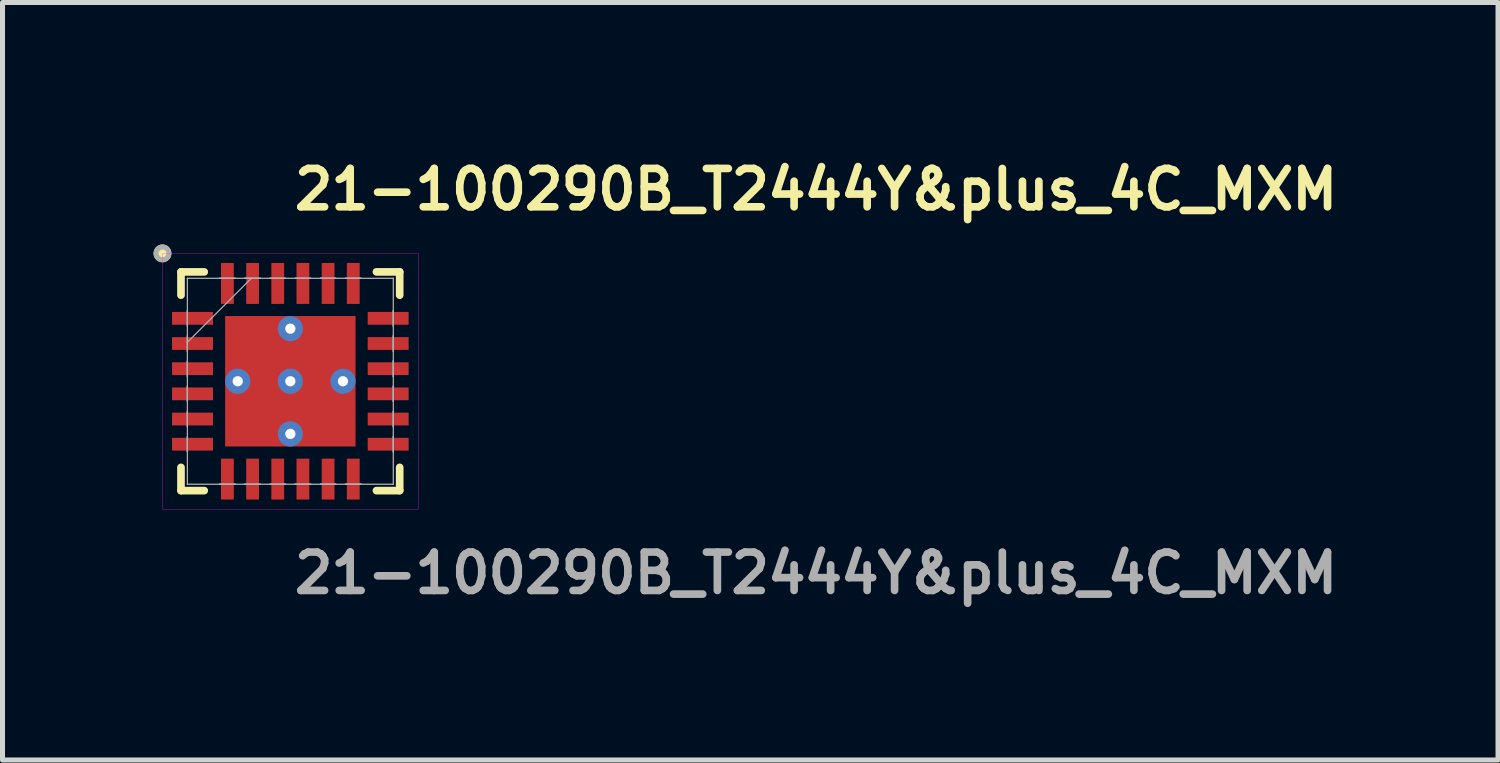
<source format=kicad_pcb>
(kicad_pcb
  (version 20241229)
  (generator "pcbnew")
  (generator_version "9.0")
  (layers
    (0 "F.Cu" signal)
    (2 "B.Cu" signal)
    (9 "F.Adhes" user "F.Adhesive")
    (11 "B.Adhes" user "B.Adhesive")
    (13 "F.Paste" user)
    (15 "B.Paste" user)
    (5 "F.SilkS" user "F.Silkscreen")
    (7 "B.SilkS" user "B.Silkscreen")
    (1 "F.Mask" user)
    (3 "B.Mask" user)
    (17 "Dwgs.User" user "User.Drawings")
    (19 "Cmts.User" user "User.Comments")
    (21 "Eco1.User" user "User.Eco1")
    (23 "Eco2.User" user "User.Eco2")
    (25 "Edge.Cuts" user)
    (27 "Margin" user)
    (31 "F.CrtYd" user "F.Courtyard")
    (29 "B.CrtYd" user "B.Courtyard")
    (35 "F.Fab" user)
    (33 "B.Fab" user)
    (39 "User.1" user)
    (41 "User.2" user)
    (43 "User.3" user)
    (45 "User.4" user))
  (footprint "21-100290B_T2444Y&plus_4C_MXM"
    (layer "F.Cu")
    (at 2.717 4.523)
    (property "Reference" "21-100290B_T2444Y&plus_4C_MXM" (at 0 -3.81 0) (unlocked yes) (layer "F.SilkS") (effects (font (size 0.762 0.762) (thickness 0.152) (bold yes)) (justify left)))
    (attr smd)
    (fp_line (start -2.172 -2.172) (end -2.172 -1.71) (stroke (width 0.152) (type solid)) (layer "F.SilkS"))
    (fp_line (start -2.172 1.71) (end -2.172 2.172) (stroke (width 0.152) (type solid)) (layer "F.SilkS"))
    (fp_line (start -2.172 2.172) (end -1.71 2.172) (stroke (width 0.152) (type solid)) (layer "F.SilkS"))
    (fp_line (start -1.71 -2.172) (end -2.172 -2.172) (stroke (width 0.152) (type solid)) (layer "F.SilkS"))
    (fp_line (start 1.71 2.172) (end 2.172 2.172) (stroke (width 0.152) (type solid)) (layer "F.SilkS"))
    (fp_line (start 2.172 -2.172) (end 1.71 -2.172) (stroke (width 0.152) (type solid)) (layer "F.SilkS"))
    (fp_line (start 2.172 -1.71) (end 2.172 -2.172) (stroke (width 0.152) (type solid)) (layer "F.SilkS"))
    (fp_line (start 2.172 2.172) (end 2.172 1.71) (stroke (width 0.152) (type solid)) (layer "F.SilkS"))
    (fp_circle (center -2.54 -2.54) (end -2.413 -2.54) (stroke (width 0.1) (type solid)) (fill yes) (layer "F.SilkS"))
    (fp_poly (pts (xy -1.195 -1.195) (xy -1.195 -0.1) (xy -0.1 -0.1) (xy -0.1 -1.195)) (stroke (width 0) (type solid)) (fill yes) (layer "F.Paste"))
    (fp_poly (pts (xy -1.195 0.1) (xy -1.195 1.195) (xy -0.1 1.195) (xy -0.1 0.1)) (stroke (width 0) (type solid)) (fill yes) (layer "F.Paste"))
    (fp_poly (pts (xy 0.1 -1.195) (xy 0.1 -0.1) (xy 1.195 -0.1) (xy 1.195 -1.195)) (stroke (width 0) (type solid)) (fill yes) (layer "F.Paste"))
    (fp_poly (pts (xy 0.1 0.1) (xy 0.1 1.195) (xy 1.195 1.195) (xy 1.195 0.1)) (stroke (width 0) (type solid)) (fill yes) (layer "F.Paste"))
    (fp_rect (start -2.54 -2.54) (end 2.54 2.54) (stroke (width 0.006) (type default)) (fill no) (layer "F.CrtYd"))
    (fp_line (start -2.045 -2.045) (end -2.045 -2.045) (stroke (width 0.025) (type solid)) (layer "F.Fab"))
    (fp_line (start -2.045 -2.045) (end -2.045 2.045) (stroke (width 0.025) (type solid)) (layer "F.Fab"))
    (fp_line (start -2.045 -1.402) (end -2.045 -1.402) (stroke (width 0.025) (type solid)) (layer "F.Fab"))
    (fp_line (start -2.045 -1.402) (end -2.045 -1.098) (stroke (width 0.025) (type solid)) (layer "F.Fab"))
    (fp_line (start -2.045 -1.098) (end -2.045 -1.402) (stroke (width 0.025) (type solid)) (layer "F.Fab"))
    (fp_line (start -2.045 -1.098) (end -2.045 -1.098) (stroke (width 0.025) (type solid)) (layer "F.Fab"))
    (fp_line (start -2.045 -0.902) (end -2.045 -0.902) (stroke (width 0.025) (type solid)) (layer "F.Fab"))
    (fp_line (start -2.045 -0.902) (end -2.045 -0.598) (stroke (width 0.025) (type solid)) (layer "F.Fab"))
    (fp_line (start -2.045 -0.775) (end -0.775 -2.045) (stroke (width 0.025) (type solid)) (layer "F.Fab"))
    (fp_line (start -2.045 -0.598) (end -2.045 -0.902) (stroke (width 0.025) (type solid)) (layer "F.Fab"))
    (fp_line (start -2.045 -0.598) (end -2.045 -0.598) (stroke (width 0.025) (type solid)) (layer "F.Fab"))
    (fp_line (start -2.045 -0.402) (end -2.045 -0.402) (stroke (width 0.025) (type solid)) (layer "F.Fab"))
    (fp_line (start -2.045 -0.402) (end -2.045 -0.098) (stroke (width 0.025) (type solid)) (layer "F.Fab"))
    (fp_line (start -2.045 -0.098) (end -2.045 -0.402) (stroke (width 0.025) (type solid)) (layer "F.Fab"))
    (fp_line (start -2.045 -0.098) (end -2.045 -0.098) (stroke (width 0.025) (type solid)) (layer "F.Fab"))
    (fp_line (start -2.045 0.098) (end -2.045 0.098) (stroke (width 0.025) (type solid)) (layer "F.Fab"))
    (fp_line (start -2.045 0.098) (end -2.045 0.402) (stroke (width 0.025) (type solid)) (layer "F.Fab"))
    (fp_line (start -2.045 0.402) (end -2.045 0.098) (stroke (width 0.025) (type solid)) (layer "F.Fab"))
    (fp_line (start -2.045 0.402) (end -2.045 0.402) (stroke (width 0.025) (type solid)) (layer "F.Fab"))
    (fp_line (start -2.045 0.598) (end -2.045 0.598) (stroke (width 0.025) (type solid)) (layer "F.Fab"))
    (fp_line (start -2.045 0.598) (end -2.045 0.902) (stroke (width 0.025) (type solid)) (layer "F.Fab"))
    (fp_line (start -2.045 0.902) (end -2.045 0.598) (stroke (width 0.025) (type solid)) (layer "F.Fab"))
    (fp_line (start -2.045 0.902) (end -2.045 0.902) (stroke (width 0.025) (type solid)) (layer "F.Fab"))
    (fp_line (start -2.045 1.098) (end -2.045 1.098) (stroke (width 0.025) (type solid)) (layer "F.Fab"))
    (fp_line (start -2.045 1.098) (end -2.045 1.402) (stroke (width 0.025) (type solid)) (layer "F.Fab"))
    (fp_line (start -2.045 1.402) (end -2.045 1.098) (stroke (width 0.025) (type solid)) (layer "F.Fab"))
    (fp_line (start -2.045 1.402) (end -2.045 1.402) (stroke (width 0.025) (type solid)) (layer "F.Fab"))
    (fp_line (start -2.045 2.045) (end -2.045 2.045) (stroke (width 0.025) (type solid)) (layer "F.Fab"))
    (fp_line (start -2.045 2.045) (end 2.045 2.045) (stroke (width 0.025) (type solid)) (layer "F.Fab"))
    (fp_line (start -1.402 -2.045) (end -1.402 -2.045) (stroke (width 0.025) (type solid)) (layer "F.Fab"))
    (fp_line (start -1.402 -2.045) (end -1.098 -2.045) (stroke (width 0.025) (type solid)) (layer "F.Fab"))
    (fp_line (start -1.402 2.045) (end -1.402 2.045) (stroke (width 0.025) (type solid)) (layer "F.Fab"))
    (fp_line (start -1.402 2.045) (end -1.098 2.045) (stroke (width 0.025) (type solid)) (layer "F.Fab"))
    (fp_line (start -1.098 -2.045) (end -1.402 -2.045) (stroke (width 0.025) (type solid)) (layer "F.Fab"))
    (fp_line (start -1.098 -2.045) (end -1.098 -2.045) (stroke (width 0.025) (type solid)) (layer "F.Fab"))
    (fp_line (start -1.098 2.045) (end -1.402 2.045) (stroke (width 0.025) (type solid)) (layer "F.Fab"))
    (fp_line (start -1.098 2.045) (end -1.098 2.045) (stroke (width 0.025) (type solid)) (layer "F.Fab"))
    (fp_line (start -0.902 -2.045) (end -0.902 -2.045) (stroke (width 0.025) (type solid)) (layer "F.Fab"))
    (fp_line (start -0.902 -2.045) (end -0.598 -2.045) (stroke (width 0.025) (type solid)) (layer "F.Fab"))
    (fp_line (start -0.902 2.045) (end -0.902 2.045) (stroke (width 0.025) (type solid)) (layer "F.Fab"))
    (fp_line (start -0.902 2.045) (end -0.598 2.045) (stroke (width 0.025) (type solid)) (layer "F.Fab"))
    (fp_line (start -0.598 -2.045) (end -0.902 -2.045) (stroke (width 0.025) (type solid)) (layer "F.Fab"))
    (fp_line (start -0.598 -2.045) (end -0.598 -2.045) (stroke (width 0.025) (type solid)) (layer "F.Fab"))
    (fp_line (start -0.598 2.045) (end -0.902 2.045) (stroke (width 0.025) (type solid)) (layer "F.Fab"))
    (fp_line (start -0.598 2.045) (end -0.598 2.045) (stroke (width 0.025) (type solid)) (layer "F.Fab"))
    (fp_line (start -0.402 -2.045) (end -0.402 -2.045) (stroke (width 0.025) (type solid)) (layer "F.Fab"))
    (fp_line (start -0.402 -2.045) (end -0.098 -2.045) (stroke (width 0.025) (type solid)) (layer "F.Fab"))
    (fp_line (start -0.402 2.045) (end -0.402 2.045) (stroke (width 0.025) (type solid)) (layer "F.Fab"))
    (fp_line (start -0.402 2.045) (end -0.098 2.045) (stroke (width 0.025) (type solid)) (layer "F.Fab"))
    (fp_line (start -0.098 -2.045) (end -0.402 -2.045) (stroke (width 0.025) (type solid)) (layer "F.Fab"))
    (fp_line (start -0.098 -2.045) (end -0.098 -2.045) (stroke (width 0.025) (type solid)) (layer "F.Fab"))
    (fp_line (start -0.098 2.045) (end -0.402 2.045) (stroke (width 0.025) (type solid)) (layer "F.Fab"))
    (fp_line (start -0.098 2.045) (end -0.098 2.045) (stroke (width 0.025) (type solid)) (layer "F.Fab"))
    (fp_line (start 0.098 -2.045) (end 0.098 -2.045) (stroke (width 0.025) (type solid)) (layer "F.Fab"))
    (fp_line (start 0.098 -2.045) (end 0.402 -2.045) (stroke (width 0.025) (type solid)) (layer "F.Fab"))
    (fp_line (start 0.098 2.045) (end 0.098 2.045) (stroke (width 0.025) (type solid)) (layer "F.Fab"))
    (fp_line (start 0.098 2.045) (end 0.402 2.045) (stroke (width 0.025) (type solid)) (layer "F.Fab"))
    (fp_line (start 0.402 -2.045) (end 0.098 -2.045) (stroke (width 0.025) (type solid)) (layer "F.Fab"))
    (fp_line (start 0.402 -2.045) (end 0.402 -2.045) (stroke (width 0.025) (type solid)) (layer "F.Fab"))
    (fp_line (start 0.402 2.045) (end 0.098 2.045) (stroke (width 0.025) (type solid)) (layer "F.Fab"))
    (fp_line (start 0.402 2.045) (end 0.402 2.045) (stroke (width 0.025) (type solid)) (layer "F.Fab"))
    (fp_line (start 0.598 -2.045) (end 0.598 -2.045) (stroke (width 0.025) (type solid)) (layer "F.Fab"))
    (fp_line (start 0.598 -2.045) (end 0.902 -2.045) (stroke (width 0.025) (type solid)) (layer "F.Fab"))
    (fp_line (start 0.598 2.045) (end 0.598 2.045) (stroke (width 0.025) (type solid)) (layer "F.Fab"))
    (fp_line (start 0.598 2.045) (end 0.902 2.045) (stroke (width 0.025) (type solid)) (layer "F.Fab"))
    (fp_line (start 0.902 -2.045) (end 0.598 -2.045) (stroke (width 0.025) (type solid)) (layer "F.Fab"))
    (fp_line (start 0.902 -2.045) (end 0.902 -2.045) (stroke (width 0.025) (type solid)) (layer "F.Fab"))
    (fp_line (start 0.902 2.045) (end 0.598 2.045) (stroke (width 0.025) (type solid)) (layer "F.Fab"))
    (fp_line (start 0.902 2.045) (end 0.902 2.045) (stroke (width 0.025) (type solid)) (layer "F.Fab"))
    (fp_line (start 1.098 -2.045) (end 1.098 -2.045) (stroke (width 0.025) (type solid)) (layer "F.Fab"))
    (fp_line (start 1.098 -2.045) (end 1.402 -2.045) (stroke (width 0.025) (type solid)) (layer "F.Fab"))
    (fp_line (start 1.098 2.045) (end 1.098 2.045) (stroke (width 0.025) (type solid)) (layer "F.Fab"))
    (fp_line (start 1.098 2.045) (end 1.402 2.045) (stroke (width 0.025) (type solid)) (layer "F.Fab"))
    (fp_line (start 1.402 -2.045) (end 1.098 -2.045) (stroke (width 0.025) (type solid)) (layer "F.Fab"))
    (fp_line (start 1.402 -2.045) (end 1.402 -2.045) (stroke (width 0.025) (type solid)) (layer "F.Fab"))
    (fp_line (start 1.402 2.045) (end 1.098 2.045) (stroke (width 0.025) (type solid)) (layer "F.Fab"))
    (fp_line (start 1.402 2.045) (end 1.402 2.045) (stroke (width 0.025) (type solid)) (layer "F.Fab"))
    (fp_line (start 2.045 -2.045) (end -2.045 -2.045) (stroke (width 0.025) (type solid)) (layer "F.Fab"))
    (fp_line (start 2.045 -2.045) (end 2.045 -2.045) (stroke (width 0.025) (type solid)) (layer "F.Fab"))
    (fp_line (start 2.045 -1.402) (end 2.045 -1.402) (stroke (width 0.025) (type solid)) (layer "F.Fab"))
    (fp_line (start 2.045 -1.402) (end 2.045 -1.098) (stroke (width 0.025) (type solid)) (layer "F.Fab"))
    (fp_line (start 2.045 -1.098) (end 2.045 -1.402) (stroke (width 0.025) (type solid)) (layer "F.Fab"))
    (fp_line (start 2.045 -1.098) (end 2.045 -1.098) (stroke (width 0.025) (type solid)) (layer "F.Fab"))
    (fp_line (start 2.045 -0.902) (end 2.045 -0.902) (stroke (width 0.025) (type solid)) (layer "F.Fab"))
    (fp_line (start 2.045 -0.902) (end 2.045 -0.598) (stroke (width 0.025) (type solid)) (layer "F.Fab"))
    (fp_line (start 2.045 -0.598) (end 2.045 -0.902) (stroke (width 0.025) (type solid)) (layer "F.Fab"))
    (fp_line (start 2.045 -0.598) (end 2.045 -0.598) (stroke (width 0.025) (type solid)) (layer "F.Fab"))
    (fp_line (start 2.045 -0.402) (end 2.045 -0.402) (stroke (width 0.025) (type solid)) (layer "F.Fab"))
    (fp_line (start 2.045 -0.402) (end 2.045 -0.098) (stroke (width 0.025) (type solid)) (layer "F.Fab"))
    (fp_line (start 2.045 -0.098) (end 2.045 -0.402) (stroke (width 0.025) (type solid)) (layer "F.Fab"))
    (fp_line (start 2.045 -0.098) (end 2.045 -0.098) (stroke (width 0.025) (type solid)) (layer "F.Fab"))
    (fp_line (start 2.045 0.098) (end 2.045 0.098) (stroke (width 0.025) (type solid)) (layer "F.Fab"))
    (fp_line (start 2.045 0.098) (end 2.045 0.402) (stroke (width 0.025) (type solid)) (layer "F.Fab"))
    (fp_line (start 2.045 0.402) (end 2.045 0.098) (stroke (width 0.025) (type solid)) (layer "F.Fab"))
    (fp_line (start 2.045 0.402) (end 2.045 0.402) (stroke (width 0.025) (type solid)) (layer "F.Fab"))
    (fp_line (start 2.045 0.598) (end 2.045 0.598) (stroke (width 0.025) (type solid)) (layer "F.Fab"))
    (fp_line (start 2.045 0.598) (end 2.045 0.902) (stroke (width 0.025) (type solid)) (layer "F.Fab"))
    (fp_line (start 2.045 0.902) (end 2.045 0.598) (stroke (width 0.025) (type solid)) (layer "F.Fab"))
    (fp_line (start 2.045 0.902) (end 2.045 0.902) (stroke (width 0.025) (type solid)) (layer "F.Fab"))
    (fp_line (start 2.045 1.098) (end 2.045 1.098) (stroke (width 0.025) (type solid)) (layer "F.Fab"))
    (fp_line (start 2.045 1.098) (end 2.045 1.402) (stroke (width 0.025) (type solid)) (layer "F.Fab"))
    (fp_line (start 2.045 1.402) (end 2.045 1.098) (stroke (width 0.025) (type solid)) (layer "F.Fab"))
    (fp_line (start 2.045 1.402) (end 2.045 1.402) (stroke (width 0.025) (type solid)) (layer "F.Fab"))
    (fp_line (start 2.045 2.045) (end 2.045 -2.045) (stroke (width 0.025) (type solid)) (layer "F.Fab"))
    (fp_line (start 2.045 2.045) (end 2.045 2.045) (stroke (width 0.025) (type solid)) (layer "F.Fab"))
    (fp_circle (center -2.54 -2.54) (end -2.413 -2.54) (stroke (width 0.1) (type solid)) (fill no) (layer "F.Fab"))
    (fp_text user "${REFERENCE}" (at 0 3.81 0) (unlocked yes) (layer "F.Fab") (effects (font (size 0.762 0.762) (thickness 0.152) (bold yes)) (justify left)))
    (pad "1" smd rect (at -1.943 -1.25 90) (size 0.254 0.813) (layers "F.Cu" "F.Mask" "F.Paste"))
    (pad "2" smd rect (at -1.943 -0.75 90) (size 0.254 0.813) (layers "F.Cu" "F.Mask" "F.Paste"))
    (pad "3" smd rect (at -1.943 -0.25 90) (size 0.254 0.813) (layers "F.Cu" "F.Mask" "F.Paste"))
    (pad "4" smd rect (at -1.943 0.25 90) (size 0.254 0.813) (layers "F.Cu" "F.Mask" "F.Paste"))
    (pad "5" smd rect (at -1.943 0.75 90) (size 0.254 0.813) (layers "F.Cu" "F.Mask" "F.Paste"))
    (pad "6" smd rect (at -1.943 1.25 90) (size 0.254 0.813) (layers "F.Cu" "F.Mask" "F.Paste"))
    (pad "7" smd rect (at -1.25 1.943) (size 0.254 0.813) (layers "F.Cu" "F.Mask" "F.Paste"))
    (pad "8" smd rect (at -0.75 1.943) (size 0.254 0.813) (layers "F.Cu" "F.Mask" "F.Paste"))
    (pad "9" smd rect (at -0.25 1.943) (size 0.254 0.813) (layers "F.Cu" "F.Mask" "F.Paste"))
    (pad "10" smd rect (at 0.25 1.943) (size 0.254 0.813) (layers "F.Cu" "F.Mask" "F.Paste"))
    (pad "11" smd rect (at 0.75 1.943) (size 0.254 0.813) (layers "F.Cu" "F.Mask" "F.Paste"))
    (pad "12" smd rect (at 1.25 1.943) (size 0.254 0.813) (layers "F.Cu" "F.Mask" "F.Paste"))
    (pad "13" smd rect (at 1.943 1.25 90) (size 0.254 0.813) (layers "F.Cu" "F.Mask" "F.Paste"))
    (pad "14" smd rect (at 1.943 0.75 90) (size 0.254 0.813) (layers "F.Cu" "F.Mask" "F.Paste"))
    (pad "15" smd rect (at 1.943 0.25 90) (size 0.254 0.813) (layers "F.Cu" "F.Mask" "F.Paste"))
    (pad "16" smd rect (at 1.943 -0.25 90) (size 0.254 0.813) (layers "F.Cu" "F.Mask" "F.Paste"))
    (pad "17" smd rect (at 1.943 -0.75 90) (size 0.254 0.813) (layers "F.Cu" "F.Mask" "F.Paste"))
    (pad "18" smd rect (at 1.943 -1.25 90) (size 0.254 0.813) (layers "F.Cu" "F.Mask" "F.Paste"))
    (pad "19" smd rect (at 1.25 -1.943) (size 0.254 0.813) (layers "F.Cu" "F.Mask" "F.Paste"))
    (pad "20" smd rect (at 0.75 -1.943) (size 0.254 0.813) (layers "F.Cu" "F.Mask" "F.Paste"))
    (pad "21" smd rect (at 0.25 -1.943) (size 0.254 0.813) (layers "F.Cu" "F.Mask" "F.Paste"))
    (pad "22" smd rect (at -0.25 -1.943) (size 0.254 0.813) (layers "F.Cu" "F.Mask" "F.Paste"))
    (pad "23" smd rect (at -0.75 -1.943) (size 0.254 0.813) (layers "F.Cu" "F.Mask" "F.Paste"))
    (pad "24" smd rect (at -1.25 -1.943) (size 0.254 0.813) (layers "F.Cu" "F.Mask" "F.Paste"))
    (pad "25" thru_hole circle (at -1.045 0) (size 0.5 0.5) (drill 0.203) (layers "*.Cu" "*.Mask"))
    (pad "25" thru_hole circle (at 0 -1.045) (size 0.5 0.5) (drill 0.203) (layers "*.Cu" "*.Mask"))
    (pad "25" thru_hole circle (at 0 0) (size 0.5 0.5) (drill 0.203) (layers "*.Cu" "*.Mask"))
    (pad "25" smd rect (at 0 0) (size 2.591 2.591) (layers "F.Cu" "F.Mask" "F.Paste"))
    (pad "25" thru_hole circle (at 0 1.045) (size 0.5 0.5) (drill 0.203) (layers "*.Cu" "*.Mask"))
    (pad "25" thru_hole circle (at 1.045 0) (size 0.5 0.5) (drill 0.203) (layers "*.Cu" "*.Mask")))
  (gr_rect
    (start -3 -3)
    (end 26.705 12.046)
    (stroke (width 0.1) (type default))
    (fill no)
    (layer "Edge.Cuts")))
</source>
